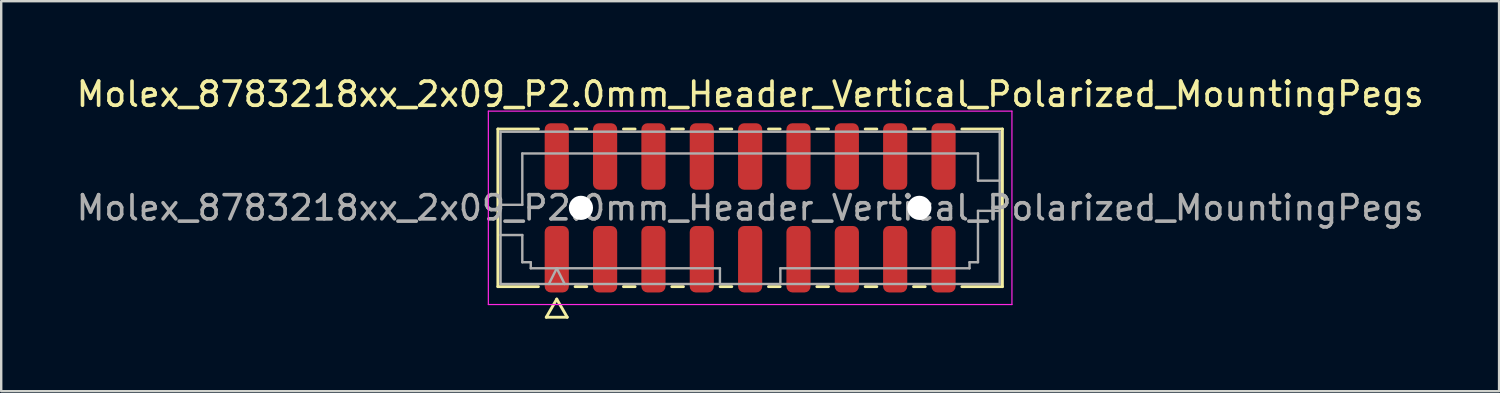
<source format=kicad_pcb>
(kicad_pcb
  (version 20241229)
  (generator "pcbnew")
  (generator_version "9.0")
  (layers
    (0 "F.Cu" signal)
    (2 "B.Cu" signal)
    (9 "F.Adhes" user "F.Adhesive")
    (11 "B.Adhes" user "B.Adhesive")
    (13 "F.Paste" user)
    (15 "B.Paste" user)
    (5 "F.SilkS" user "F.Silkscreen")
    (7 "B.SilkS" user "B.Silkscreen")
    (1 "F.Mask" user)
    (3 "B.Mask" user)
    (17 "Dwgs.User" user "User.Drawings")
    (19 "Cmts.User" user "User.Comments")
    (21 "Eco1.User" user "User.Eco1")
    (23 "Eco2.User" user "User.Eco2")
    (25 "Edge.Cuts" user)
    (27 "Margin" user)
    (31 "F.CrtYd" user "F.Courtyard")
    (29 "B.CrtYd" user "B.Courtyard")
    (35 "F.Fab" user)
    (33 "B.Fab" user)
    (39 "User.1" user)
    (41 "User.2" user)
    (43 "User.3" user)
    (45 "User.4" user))
  (footprint "Molex_8783218xx_2x09_P2.0mm_Header_Vertical_Polarized_MountingPegs"
    (layer "F.Cu")
    (at 27.982 5.548)
    (property "Reference" "Molex_8783218xx_2x09_P2.0mm_Header_Vertical_Polarized_MountingPegs" (at 0 -4.7 0) (layer "F.SilkS") (effects (font (size 1 1) (thickness 0.15))))
    (attr smd)
    (fp_line (start -10.435 -3.26) (end -8.76 -3.26) (stroke (width 0.12) (type solid)) (layer "F.SilkS"))
    (fp_line (start -10.435 3.26) (end -10.435 -3.26) (stroke (width 0.12) (type solid)) (layer "F.SilkS"))
    (fp_line (start -8.76 3.26) (end -10.435 3.26) (stroke (width 0.12) (type solid)) (layer "F.SilkS"))
    (fp_line (start -8.433 4.525) (end -8 3.775) (stroke (width 0.12) (type solid)) (layer "F.SilkS"))
    (fp_line (start -8 3.775) (end -7.567 4.525) (stroke (width 0.12) (type solid)) (layer "F.SilkS"))
    (fp_line (start -7.567 4.525) (end -8.433 4.525) (stroke (width 0.12) (type solid)) (layer "F.SilkS"))
    (fp_line (start -7.24 -3.26) (end -6.76 -3.26) (stroke (width 0.12) (type solid)) (layer "F.SilkS"))
    (fp_line (start -6.76 3.26) (end -7.24 3.26) (stroke (width 0.12) (type solid)) (layer "F.SilkS"))
    (fp_line (start -5.24 -3.26) (end -4.76 -3.26) (stroke (width 0.12) (type solid)) (layer "F.SilkS"))
    (fp_line (start -4.76 3.26) (end -5.24 3.26) (stroke (width 0.12) (type solid)) (layer "F.SilkS"))
    (fp_line (start -3.24 -3.26) (end -2.76 -3.26) (stroke (width 0.12) (type solid)) (layer "F.SilkS"))
    (fp_line (start -2.76 3.26) (end -3.24 3.26) (stroke (width 0.12) (type solid)) (layer "F.SilkS"))
    (fp_line (start -1.24 -3.26) (end -0.76 -3.26) (stroke (width 0.12) (type solid)) (layer "F.SilkS"))
    (fp_line (start -0.76 3.26) (end -1.24 3.26) (stroke (width 0.12) (type solid)) (layer "F.SilkS"))
    (fp_line (start 0.76 -3.26) (end 1.24 -3.26) (stroke (width 0.12) (type solid)) (layer "F.SilkS"))
    (fp_line (start 1.24 3.26) (end 0.76 3.26) (stroke (width 0.12) (type solid)) (layer "F.SilkS"))
    (fp_line (start 2.76 -3.26) (end 3.24 -3.26) (stroke (width 0.12) (type solid)) (layer "F.SilkS"))
    (fp_line (start 3.24 3.26) (end 2.76 3.26) (stroke (width 0.12) (type solid)) (layer "F.SilkS"))
    (fp_line (start 4.76 -3.26) (end 5.24 -3.26) (stroke (width 0.12) (type solid)) (layer "F.SilkS"))
    (fp_line (start 5.24 3.26) (end 4.76 3.26) (stroke (width 0.12) (type solid)) (layer "F.SilkS"))
    (fp_line (start 6.76 -3.26) (end 7.24 -3.26) (stroke (width 0.12) (type solid)) (layer "F.SilkS"))
    (fp_line (start 7.24 3.26) (end 6.76 3.26) (stroke (width 0.12) (type solid)) (layer "F.SilkS"))
    (fp_line (start 8.76 -3.26) (end 10.435 -3.26) (stroke (width 0.12) (type solid)) (layer "F.SilkS"))
    (fp_line (start 10.435 -3.26) (end 10.435 3.26) (stroke (width 0.12) (type solid)) (layer "F.SilkS"))
    (fp_line (start 10.435 3.26) (end 8.76 3.26) (stroke (width 0.12) (type solid)) (layer "F.SilkS"))
    (fp_line (start -10.83 -4) (end -10.83 4) (stroke (width 0.05) (type solid)) (layer "F.CrtYd"))
    (fp_line (start -10.83 4) (end 10.83 4) (stroke (width 0.05) (type solid)) (layer "F.CrtYd"))
    (fp_line (start 10.83 -4) (end -10.83 -4) (stroke (width 0.05) (type solid)) (layer "F.CrtYd"))
    (fp_line (start 10.83 4) (end 10.83 -4) (stroke (width 0.05) (type solid)) (layer "F.CrtYd"))
    (fp_line (start -10.325 -3.15) (end 10.325 -3.15) (stroke (width 0.1) (type solid)) (layer "F.Fab"))
    (fp_line (start -10.325 -0.125) (end -9.425 -0.125) (stroke (width 0.1) (type solid)) (layer "F.Fab"))
    (fp_line (start -10.325 1.125) (end -9.425 1.125) (stroke (width 0.1) (type solid)) (layer "F.Fab"))
    (fp_line (start -10.325 3.15) (end -10.325 -3.15) (stroke (width 0.1) (type solid)) (layer "F.Fab"))
    (fp_line (start -9.425 -2.25) (end 9.425 -2.25) (stroke (width 0.1) (type solid)) (layer "F.Fab"))
    (fp_line (start -9.425 -0.125) (end -9.425 -2.25) (stroke (width 0.1) (type solid)) (layer "F.Fab"))
    (fp_line (start -9.425 1.125) (end -9.425 2.25) (stroke (width 0.1) (type solid)) (layer "F.Fab"))
    (fp_line (start -9.425 2.25) (end -9.075 2.25) (stroke (width 0.1) (type solid)) (layer "F.Fab"))
    (fp_line (start -9.075 2.25) (end -9.075 2.5) (stroke (width 0.1) (type solid)) (layer "F.Fab"))
    (fp_line (start -9.075 2.5) (end -1.25 2.5) (stroke (width 0.1) (type solid)) (layer "F.Fab"))
    (fp_line (start -8.325 3.15) (end -8 2.5) (stroke (width 0.1) (type solid)) (layer "F.Fab"))
    (fp_line (start -8 2.5) (end -7.675 3.15) (stroke (width 0.1) (type solid)) (layer "F.Fab"))
    (fp_line (start -1.25 2.5) (end -1.25 3.15) (stroke (width 0.1) (type solid)) (layer "F.Fab"))
    (fp_line (start 1.25 2.5) (end 1.25 3.15) (stroke (width 0.1) (type solid)) (layer "F.Fab"))
    (fp_line (start 1.25 2.5) (end 9.075 2.5) (stroke (width 0.1) (type solid)) (layer "F.Fab"))
    (fp_line (start 9.075 2.25) (end 9.425 2.25) (stroke (width 0.1) (type solid)) (layer "F.Fab"))
    (fp_line (start 9.075 2.5) (end 9.075 2.25) (stroke (width 0.1) (type solid)) (layer "F.Fab"))
    (fp_line (start 9.425 -2.25) (end 9.425 -1.125) (stroke (width 0.1) (type solid)) (layer "F.Fab"))
    (fp_line (start 9.425 -1.125) (end 10.325 -1.125) (stroke (width 0.1) (type solid)) (layer "F.Fab"))
    (fp_line (start 9.425 0.125) (end 10.325 0.125) (stroke (width 0.1) (type solid)) (layer "F.Fab"))
    (fp_line (start 9.425 2.25) (end 9.425 0.125) (stroke (width 0.1) (type solid)) (layer "F.Fab"))
    (fp_line (start 10.325 -3.15) (end 10.325 3.15) (stroke (width 0.1) (type solid)) (layer "F.Fab"))
    (fp_line (start 10.325 3.15) (end -10.325 3.15) (stroke (width 0.1) (type solid)) (layer "F.Fab"))
    (fp_text user "${REFERENCE}" (at 0 0 0) (layer "F.Fab") (effects (font (size 1 1) (thickness 0.15))))
    (pad "" np_thru_hole circle (at -7 0) (size 1 1) (drill 1) (layers "*.Cu" "*.Mask"))
    (pad "" np_thru_hole circle (at 7 0) (size 1 1) (drill 1) (layers "*.Cu" "*.Mask"))
    (pad "1" smd roundrect (at -8 2.125) (size 1 2.75) (layers "F.Cu" "F.Mask" "F.Paste") (roundrect_rratio 0.25))
    (pad "2" smd roundrect (at -8 -2.125) (size 1 2.75) (layers "F.Cu" "F.Mask" "F.Paste") (roundrect_rratio 0.25))
    (pad "3" smd roundrect (at -6 2.125) (size 1 2.75) (layers "F.Cu" "F.Mask" "F.Paste") (roundrect_rratio 0.25))
    (pad "4" smd roundrect (at -6 -2.125) (size 1 2.75) (layers "F.Cu" "F.Mask" "F.Paste") (roundrect_rratio 0.25))
    (pad "5" smd roundrect (at -4 2.125) (size 1 2.75) (layers "F.Cu" "F.Mask" "F.Paste") (roundrect_rratio 0.25))
    (pad "6" smd roundrect (at -4 -2.125) (size 1 2.75) (layers "F.Cu" "F.Mask" "F.Paste") (roundrect_rratio 0.25))
    (pad "7" smd roundrect (at -2 2.125) (size 1 2.75) (layers "F.Cu" "F.Mask" "F.Paste") (roundrect_rratio 0.25))
    (pad "8" smd roundrect (at -2 -2.125) (size 1 2.75) (layers "F.Cu" "F.Mask" "F.Paste") (roundrect_rratio 0.25))
    (pad "9" smd roundrect (at 0 2.125) (size 1 2.75) (layers "F.Cu" "F.Mask" "F.Paste") (roundrect_rratio 0.25))
    (pad "10" smd roundrect (at 0 -2.125) (size 1 2.75) (layers "F.Cu" "F.Mask" "F.Paste") (roundrect_rratio 0.25))
    (pad "11" smd roundrect (at 2 2.125) (size 1 2.75) (layers "F.Cu" "F.Mask" "F.Paste") (roundrect_rratio 0.25))
    (pad "12" smd roundrect (at 2 -2.125) (size 1 2.75) (layers "F.Cu" "F.Mask" "F.Paste") (roundrect_rratio 0.25))
    (pad "13" smd roundrect (at 4 2.125) (size 1 2.75) (layers "F.Cu" "F.Mask" "F.Paste") (roundrect_rratio 0.25))
    (pad "14" smd roundrect (at 4 -2.125) (size 1 2.75) (layers "F.Cu" "F.Mask" "F.Paste") (roundrect_rratio 0.25))
    (pad "15" smd roundrect (at 6 2.125) (size 1 2.75) (layers "F.Cu" "F.Mask" "F.Paste") (roundrect_rratio 0.25))
    (pad "16" smd roundrect (at 6 -2.125) (size 1 2.75) (layers "F.Cu" "F.Mask" "F.Paste") (roundrect_rratio 0.25))
    (pad "17" smd roundrect (at 8 2.125) (size 1 2.75) (layers "F.Cu" "F.Mask" "F.Paste") (roundrect_rratio 0.25))
    (pad "18" smd roundrect (at 8 -2.125) (size 1 2.75) (layers "F.Cu" "F.Mask" "F.Paste") (roundrect_rratio 0.25)))
  (gr_rect
    (start -3 -3)
    (end 58.964 13.133)
    (stroke (width 0.1) (type default))
    (fill no)
    (layer "Edge.Cuts")))
</source>
